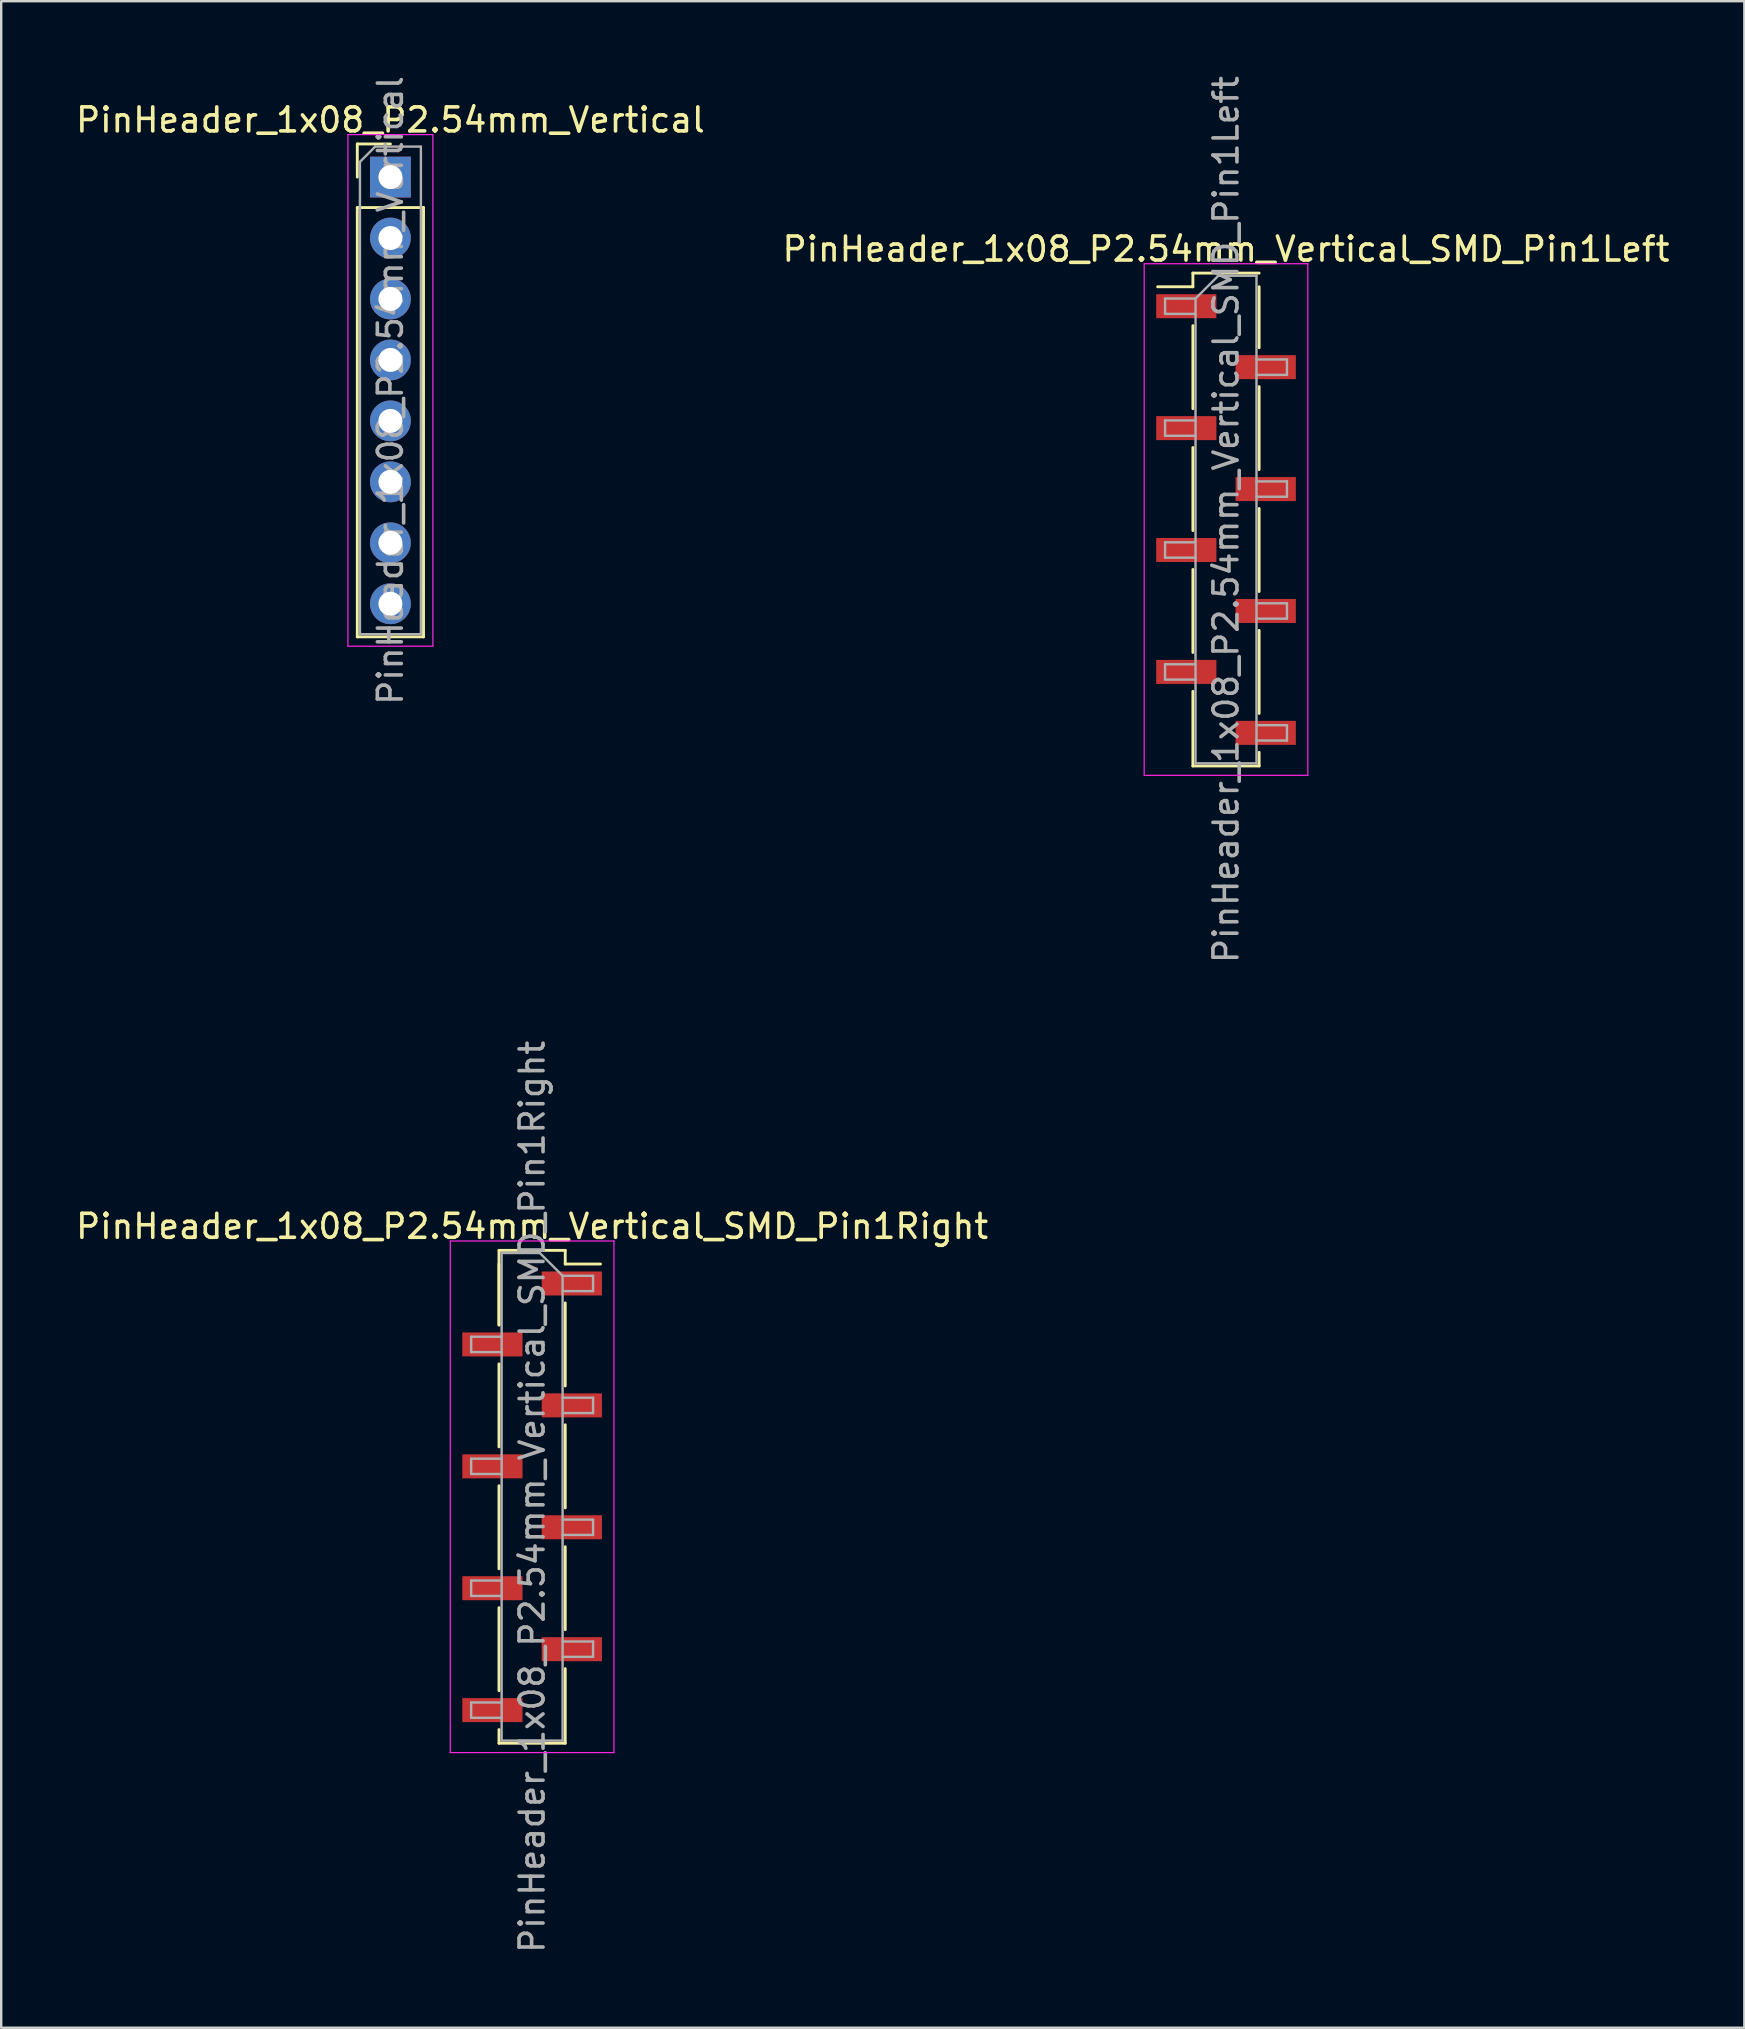
<source format=kicad_pcb>
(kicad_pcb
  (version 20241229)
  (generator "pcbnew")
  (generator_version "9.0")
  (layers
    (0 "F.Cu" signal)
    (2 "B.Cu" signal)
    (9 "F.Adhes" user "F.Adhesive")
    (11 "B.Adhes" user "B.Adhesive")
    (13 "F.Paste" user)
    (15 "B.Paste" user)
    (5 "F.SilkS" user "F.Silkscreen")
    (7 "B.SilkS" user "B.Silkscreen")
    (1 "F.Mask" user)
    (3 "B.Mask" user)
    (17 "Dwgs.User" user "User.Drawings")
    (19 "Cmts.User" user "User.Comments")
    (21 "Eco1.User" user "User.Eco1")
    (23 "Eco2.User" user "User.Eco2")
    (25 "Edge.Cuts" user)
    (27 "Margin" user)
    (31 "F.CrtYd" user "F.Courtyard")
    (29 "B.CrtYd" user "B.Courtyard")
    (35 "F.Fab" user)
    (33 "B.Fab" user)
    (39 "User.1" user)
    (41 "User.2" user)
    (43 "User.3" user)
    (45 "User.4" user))
  (footprint "PinHeader_1x08_P2.54mm_Vertical_SMD_Pin1Right"
    (layer "F.Cu")
    (at 19.125 59.327)
    (property "Reference" "PinHeader_1x08_P2.54mm_Vertical_SMD_Pin1Right" (at 0 -11.27 0) (layer "F.SilkS") (effects (font (size 1 1) (thickness 0.15))))
    (attr smd)
    (fp_line (start -1.38 -10.27) (end -1.38 -7.16) (stroke (width 0.12) (type solid)) (layer "F.SilkS"))
    (fp_line (start -1.38 -10.27) (end 1.38 -10.27) (stroke (width 0.12) (type solid)) (layer "F.SilkS"))
    (fp_line (start -1.38 -9.7) (end -1.38 -7.16) (stroke (width 0.12) (type solid)) (layer "F.SilkS"))
    (fp_line (start -1.38 -5.54) (end -1.38 -2.08) (stroke (width 0.12) (type solid)) (layer "F.SilkS"))
    (fp_line (start -1.38 -0.46) (end -1.38 3) (stroke (width 0.12) (type solid)) (layer "F.SilkS"))
    (fp_line (start -1.38 4.62) (end -1.38 8.08) (stroke (width 0.12) (type solid)) (layer "F.SilkS"))
    (fp_line (start -1.38 9.7) (end -1.38 10.27) (stroke (width 0.12) (type solid)) (layer "F.SilkS"))
    (fp_line (start -1.38 10.27) (end 1.38 10.27) (stroke (width 0.12) (type solid)) (layer "F.SilkS"))
    (fp_line (start 1.38 -10.27) (end 1.38 -9.7) (stroke (width 0.12) (type solid)) (layer "F.SilkS"))
    (fp_line (start 1.38 -9.7) (end 2.85 -9.7) (stroke (width 0.12) (type solid)) (layer "F.SilkS"))
    (fp_line (start 1.38 -8.08) (end 1.38 -4.62) (stroke (width 0.12) (type solid)) (layer "F.SilkS"))
    (fp_line (start 1.38 -3) (end 1.38 0.46) (stroke (width 0.12) (type solid)) (layer "F.SilkS"))
    (fp_line (start 1.38 2.08) (end 1.38 5.54) (stroke (width 0.12) (type solid)) (layer "F.SilkS"))
    (fp_line (start 1.38 7.16) (end 1.38 10.27) (stroke (width 0.12) (type solid)) (layer "F.SilkS"))
    (fp_line (start -3.41 -10.66) (end -3.41 10.66) (stroke (width 0.05) (type solid)) (layer "F.CrtYd"))
    (fp_line (start -3.41 10.66) (end 3.41 10.66) (stroke (width 0.05) (type solid)) (layer "F.CrtYd"))
    (fp_line (start 3.41 -10.66) (end -3.41 -10.66) (stroke (width 0.05) (type solid)) (layer "F.CrtYd"))
    (fp_line (start 3.41 10.66) (end 3.41 -10.66) (stroke (width 0.05) (type solid)) (layer "F.CrtYd"))
    (fp_line (start -2.54 -6.67) (end -2.54 -6.03) (stroke (width 0.1) (type solid)) (layer "F.Fab"))
    (fp_line (start -2.54 -6.03) (end -1.27 -6.03) (stroke (width 0.1) (type solid)) (layer "F.Fab"))
    (fp_line (start -2.54 -1.59) (end -2.54 -0.95) (stroke (width 0.1) (type solid)) (layer "F.Fab"))
    (fp_line (start -2.54 -0.95) (end -1.27 -0.95) (stroke (width 0.1) (type solid)) (layer "F.Fab"))
    (fp_line (start -2.54 3.49) (end -2.54 4.13) (stroke (width 0.1) (type solid)) (layer "F.Fab"))
    (fp_line (start -2.54 4.13) (end -1.27 4.13) (stroke (width 0.1) (type solid)) (layer "F.Fab"))
    (fp_line (start -2.54 8.57) (end -2.54 9.21) (stroke (width 0.1) (type solid)) (layer "F.Fab"))
    (fp_line (start -2.54 9.21) (end -1.27 9.21) (stroke (width 0.1) (type solid)) (layer "F.Fab"))
    (fp_line (start -1.27 -10.16) (end -1.27 10.16) (stroke (width 0.1) (type solid)) (layer "F.Fab"))
    (fp_line (start -1.27 -10.16) (end 0.32 -10.16) (stroke (width 0.1) (type solid)) (layer "F.Fab"))
    (fp_line (start -1.27 -6.67) (end -2.54 -6.67) (stroke (width 0.1) (type solid)) (layer "F.Fab"))
    (fp_line (start -1.27 -1.59) (end -2.54 -1.59) (stroke (width 0.1) (type solid)) (layer "F.Fab"))
    (fp_line (start -1.27 3.49) (end -2.54 3.49) (stroke (width 0.1) (type solid)) (layer "F.Fab"))
    (fp_line (start -1.27 8.57) (end -2.54 8.57) (stroke (width 0.1) (type solid)) (layer "F.Fab"))
    (fp_line (start 1.27 -9.21) (end 0.32 -10.16) (stroke (width 0.1) (type solid)) (layer "F.Fab"))
    (fp_line (start 1.27 -9.21) (end 2.54 -9.21) (stroke (width 0.1) (type solid)) (layer "F.Fab"))
    (fp_line (start 1.27 -4.13) (end 2.54 -4.13) (stroke (width 0.1) (type solid)) (layer "F.Fab"))
    (fp_line (start 1.27 0.95) (end 2.54 0.95) (stroke (width 0.1) (type solid)) (layer "F.Fab"))
    (fp_line (start 1.27 6.03) (end 2.54 6.03) (stroke (width 0.1) (type solid)) (layer "F.Fab"))
    (fp_line (start 1.27 10.16) (end -1.27 10.16) (stroke (width 0.1) (type solid)) (layer "F.Fab"))
    (fp_line (start 1.27 10.16) (end 1.27 -9.21) (stroke (width 0.1) (type solid)) (layer "F.Fab"))
    (fp_line (start 2.54 -9.21) (end 2.54 -8.57) (stroke (width 0.1) (type solid)) (layer "F.Fab"))
    (fp_line (start 2.54 -8.57) (end 1.27 -8.57) (stroke (width 0.1) (type solid)) (layer "F.Fab"))
    (fp_line (start 2.54 -4.13) (end 2.54 -3.49) (stroke (width 0.1) (type solid)) (layer "F.Fab"))
    (fp_line (start 2.54 -3.49) (end 1.27 -3.49) (stroke (width 0.1) (type solid)) (layer "F.Fab"))
    (fp_line (start 2.54 0.95) (end 2.54 1.59) (stroke (width 0.1) (type solid)) (layer "F.Fab"))
    (fp_line (start 2.54 1.59) (end 1.27 1.59) (stroke (width 0.1) (type solid)) (layer "F.Fab"))
    (fp_line (start 2.54 6.03) (end 2.54 6.67) (stroke (width 0.1) (type solid)) (layer "F.Fab"))
    (fp_line (start 2.54 6.67) (end 1.27 6.67) (stroke (width 0.1) (type solid)) (layer "F.Fab"))
    (fp_text user "${REFERENCE}" (at 0 0 90) (layer "F.Fab") (effects (font (size 1 1) (thickness 0.15))))
    (pad "1" smd rect (at 1.655 -8.89) (size 2.51 1) (layers "F.Cu" "F.Mask" "F.Paste"))
    (pad "2" smd rect (at -1.655 -6.35) (size 2.51 1) (layers "F.Cu" "F.Mask" "F.Paste"))
    (pad "3" smd rect (at 1.655 -3.81) (size 2.51 1) (layers "F.Cu" "F.Mask" "F.Paste"))
    (pad "4" smd rect (at -1.655 -1.27) (size 2.51 1) (layers "F.Cu" "F.Mask" "F.Paste"))
    (pad "5" smd rect (at 1.655 1.27) (size 2.51 1) (layers "F.Cu" "F.Mask" "F.Paste"))
    (pad "6" smd rect (at -1.655 3.81) (size 2.51 1) (layers "F.Cu" "F.Mask" "F.Paste"))
    (pad "7" smd rect (at 1.655 6.35) (size 2.51 1) (layers "F.Cu" "F.Mask" "F.Paste"))
    (pad "8" smd rect (at -1.655 8.89) (size 2.51 1) (layers "F.Cu" "F.Mask" "F.Paste")))
  (footprint "PinHeader_1x08_P2.54mm_Vertical"
    (layer "F.Cu")
    (at 13.22 4.33)
    (property "Reference" "PinHeader_1x08_P2.54mm_Vertical" (at 0 -2.38 0) (layer "F.SilkS") (effects (font (size 1 1) (thickness 0.15))))
    (attr through_hole)
    (fp_line (start -1.38 -1.38) (end 0 -1.38) (stroke (width 0.12) (type solid)) (layer "F.SilkS"))
    (fp_line (start -1.38 0) (end -1.38 -1.38) (stroke (width 0.12) (type solid)) (layer "F.SilkS"))
    (fp_line (start -1.38 1.27) (end -1.38 19.16) (stroke (width 0.12) (type solid)) (layer "F.SilkS"))
    (fp_line (start -1.38 1.27) (end 1.38 1.27) (stroke (width 0.12) (type solid)) (layer "F.SilkS"))
    (fp_line (start -1.38 19.16) (end 1.38 19.16) (stroke (width 0.12) (type solid)) (layer "F.SilkS"))
    (fp_line (start 1.38 1.27) (end 1.38 19.16) (stroke (width 0.12) (type solid)) (layer "F.SilkS"))
    (fp_line (start -1.77 -1.77) (end -1.77 19.55) (stroke (width 0.05) (type solid)) (layer "F.CrtYd"))
    (fp_line (start -1.77 19.55) (end 1.77 19.55) (stroke (width 0.05) (type solid)) (layer "F.CrtYd"))
    (fp_line (start 1.77 -1.77) (end -1.77 -1.77) (stroke (width 0.05) (type solid)) (layer "F.CrtYd"))
    (fp_line (start 1.77 19.55) (end 1.77 -1.77) (stroke (width 0.05) (type solid)) (layer "F.CrtYd"))
    (fp_line (start -1.27 -0.635) (end -0.635 -1.27) (stroke (width 0.1) (type solid)) (layer "F.Fab"))
    (fp_line (start -1.27 19.05) (end -1.27 -0.635) (stroke (width 0.1) (type solid)) (layer "F.Fab"))
    (fp_line (start -0.635 -1.27) (end 1.27 -1.27) (stroke (width 0.1) (type solid)) (layer "F.Fab"))
    (fp_line (start 1.27 -1.27) (end 1.27 19.05) (stroke (width 0.1) (type solid)) (layer "F.Fab"))
    (fp_line (start 1.27 19.05) (end -1.27 19.05) (stroke (width 0.1) (type solid)) (layer "F.Fab"))
    (fp_text user "${REFERENCE}" (at 0 8.89 90) (layer "F.Fab") (effects (font (size 1 1) (thickness 0.15))))
    (pad "1" thru_hole rect (at 0 0) (size 1.7 1.7) (drill 1) (layers "*.Cu" "*.Mask"))
    (pad "2" thru_hole circle (at 0 2.54) (size 1.7 1.7) (drill 1) (layers "*.Cu" "*.Mask"))
    (pad "3" thru_hole circle (at 0 5.08) (size 1.7 1.7) (drill 1) (layers "*.Cu" "*.Mask"))
    (pad "4" thru_hole circle (at 0 7.62) (size 1.7 1.7) (drill 1) (layers "*.Cu" "*.Mask"))
    (pad "5" thru_hole circle (at 0 10.16) (size 1.7 1.7) (drill 1) (layers "*.Cu" "*.Mask"))
    (pad "6" thru_hole circle (at 0 12.7) (size 1.7 1.7) (drill 1) (layers "*.Cu" "*.Mask"))
    (pad "7" thru_hole circle (at 0 15.24) (size 1.7 1.7) (drill 1) (layers "*.Cu" "*.Mask"))
    (pad "8" thru_hole circle (at 0 17.78) (size 1.7 1.7) (drill 1) (layers "*.Cu" "*.Mask")))
  (footprint "PinHeader_1x08_P2.54mm_Vertical_SMD_Pin1Left"
    (layer "F.Cu")
    (at 48.042 18.601)
    (property "Reference" "PinHeader_1x08_P2.54mm_Vertical_SMD_Pin1Left" (at 0 -11.27 0) (layer "F.SilkS") (effects (font (size 1 1) (thickness 0.15))))
    (attr smd)
    (fp_line (start -1.38 -10.27) (end -1.38 -9.7) (stroke (width 0.12) (type solid)) (layer "F.SilkS"))
    (fp_line (start -1.38 -10.27) (end 1.38 -10.27) (stroke (width 0.12) (type solid)) (layer "F.SilkS"))
    (fp_line (start -1.38 -9.7) (end -2.85 -9.7) (stroke (width 0.12) (type solid)) (layer "F.SilkS"))
    (fp_line (start -1.38 -8.08) (end -1.38 -4.62) (stroke (width 0.12) (type solid)) (layer "F.SilkS"))
    (fp_line (start -1.38 -3) (end -1.38 0.46) (stroke (width 0.12) (type solid)) (layer "F.SilkS"))
    (fp_line (start -1.38 2.08) (end -1.38 5.54) (stroke (width 0.12) (type solid)) (layer "F.SilkS"))
    (fp_line (start -1.38 7.16) (end -1.38 10.27) (stroke (width 0.12) (type solid)) (layer "F.SilkS"))
    (fp_line (start -1.38 10.27) (end 1.38 10.27) (stroke (width 0.12) (type solid)) (layer "F.SilkS"))
    (fp_line (start 1.38 -9.7) (end 1.38 -7.16) (stroke (width 0.12) (type solid)) (layer "F.SilkS"))
    (fp_line (start 1.38 -5.54) (end 1.38 -2.08) (stroke (width 0.12) (type solid)) (layer "F.SilkS"))
    (fp_line (start 1.38 -0.46) (end 1.38 3) (stroke (width 0.12) (type solid)) (layer "F.SilkS"))
    (fp_line (start 1.38 4.62) (end 1.38 8.08) (stroke (width 0.12) (type solid)) (layer "F.SilkS"))
    (fp_line (start 1.38 9.7) (end 1.38 10.27) (stroke (width 0.12) (type solid)) (layer "F.SilkS"))
    (fp_line (start -3.41 -10.66) (end -3.41 10.66) (stroke (width 0.05) (type solid)) (layer "F.CrtYd"))
    (fp_line (start -3.41 10.66) (end 3.41 10.66) (stroke (width 0.05) (type solid)) (layer "F.CrtYd"))
    (fp_line (start 3.41 -10.66) (end -3.41 -10.66) (stroke (width 0.05) (type solid)) (layer "F.CrtYd"))
    (fp_line (start 3.41 10.66) (end 3.41 -10.66) (stroke (width 0.05) (type solid)) (layer "F.CrtYd"))
    (fp_line (start -2.54 -9.21) (end -2.54 -8.57) (stroke (width 0.1) (type solid)) (layer "F.Fab"))
    (fp_line (start -2.54 -8.57) (end -1.27 -8.57) (stroke (width 0.1) (type solid)) (layer "F.Fab"))
    (fp_line (start -2.54 -4.13) (end -2.54 -3.49) (stroke (width 0.1) (type solid)) (layer "F.Fab"))
    (fp_line (start -2.54 -3.49) (end -1.27 -3.49) (stroke (width 0.1) (type solid)) (layer "F.Fab"))
    (fp_line (start -2.54 0.95) (end -2.54 1.59) (stroke (width 0.1) (type solid)) (layer "F.Fab"))
    (fp_line (start -2.54 1.59) (end -1.27 1.59) (stroke (width 0.1) (type solid)) (layer "F.Fab"))
    (fp_line (start -2.54 6.03) (end -2.54 6.67) (stroke (width 0.1) (type solid)) (layer "F.Fab"))
    (fp_line (start -2.54 6.67) (end -1.27 6.67) (stroke (width 0.1) (type solid)) (layer "F.Fab"))
    (fp_line (start -1.27 -9.21) (end -2.54 -9.21) (stroke (width 0.1) (type solid)) (layer "F.Fab"))
    (fp_line (start -1.27 -9.21) (end -0.32 -10.16) (stroke (width 0.1) (type solid)) (layer "F.Fab"))
    (fp_line (start -1.27 -4.13) (end -2.54 -4.13) (stroke (width 0.1) (type solid)) (layer "F.Fab"))
    (fp_line (start -1.27 0.95) (end -2.54 0.95) (stroke (width 0.1) (type solid)) (layer "F.Fab"))
    (fp_line (start -1.27 6.03) (end -2.54 6.03) (stroke (width 0.1) (type solid)) (layer "F.Fab"))
    (fp_line (start -1.27 10.16) (end -1.27 -9.21) (stroke (width 0.1) (type solid)) (layer "F.Fab"))
    (fp_line (start -0.32 -10.16) (end 1.27 -10.16) (stroke (width 0.1) (type solid)) (layer "F.Fab"))
    (fp_line (start 1.27 -10.16) (end 1.27 10.16) (stroke (width 0.1) (type solid)) (layer "F.Fab"))
    (fp_line (start 1.27 -6.67) (end 2.54 -6.67) (stroke (width 0.1) (type solid)) (layer "F.Fab"))
    (fp_line (start 1.27 -1.59) (end 2.54 -1.59) (stroke (width 0.1) (type solid)) (layer "F.Fab"))
    (fp_line (start 1.27 3.49) (end 2.54 3.49) (stroke (width 0.1) (type solid)) (layer "F.Fab"))
    (fp_line (start 1.27 8.57) (end 2.54 8.57) (stroke (width 0.1) (type solid)) (layer "F.Fab"))
    (fp_line (start 1.27 10.16) (end -1.27 10.16) (stroke (width 0.1) (type solid)) (layer "F.Fab"))
    (fp_line (start 2.54 -6.67) (end 2.54 -6.03) (stroke (width 0.1) (type solid)) (layer "F.Fab"))
    (fp_line (start 2.54 -6.03) (end 1.27 -6.03) (stroke (width 0.1) (type solid)) (layer "F.Fab"))
    (fp_line (start 2.54 -1.59) (end 2.54 -0.95) (stroke (width 0.1) (type solid)) (layer "F.Fab"))
    (fp_line (start 2.54 -0.95) (end 1.27 -0.95) (stroke (width 0.1) (type solid)) (layer "F.Fab"))
    (fp_line (start 2.54 3.49) (end 2.54 4.13) (stroke (width 0.1) (type solid)) (layer "F.Fab"))
    (fp_line (start 2.54 4.13) (end 1.27 4.13) (stroke (width 0.1) (type solid)) (layer "F.Fab"))
    (fp_line (start 2.54 8.57) (end 2.54 9.21) (stroke (width 0.1) (type solid)) (layer "F.Fab"))
    (fp_line (start 2.54 9.21) (end 1.27 9.21) (stroke (width 0.1) (type solid)) (layer "F.Fab"))
    (fp_text user "${REFERENCE}" (at 0 0 90) (layer "F.Fab") (effects (font (size 1 1) (thickness 0.15))))
    (pad "1" smd rect (at -1.655 -8.89) (size 2.51 1) (layers "F.Cu" "F.Mask" "F.Paste"))
    (pad "2" smd rect (at 1.655 -6.35) (size 2.51 1) (layers "F.Cu" "F.Mask" "F.Paste"))
    (pad "3" smd rect (at -1.655 -3.81) (size 2.51 1) (layers "F.Cu" "F.Mask" "F.Paste"))
    (pad "4" smd rect (at 1.655 -1.27) (size 2.51 1) (layers "F.Cu" "F.Mask" "F.Paste"))
    (pad "5" smd rect (at -1.655 1.27) (size 2.51 1) (layers "F.Cu" "F.Mask" "F.Paste"))
    (pad "6" smd rect (at 1.655 3.81) (size 2.51 1) (layers "F.Cu" "F.Mask" "F.Paste"))
    (pad "7" smd rect (at -1.655 6.35) (size 2.51 1) (layers "F.Cu" "F.Mask" "F.Paste"))
    (pad "8" smd rect (at 1.655 8.89) (size 2.51 1) (layers "F.Cu" "F.Mask" "F.Paste")))
  (gr_rect
    (start -3 -3)
    (end 69.643 81.452)
    (stroke (width 0.1) (type default))
    (fill no)
    (layer "Edge.Cuts")))
</source>
